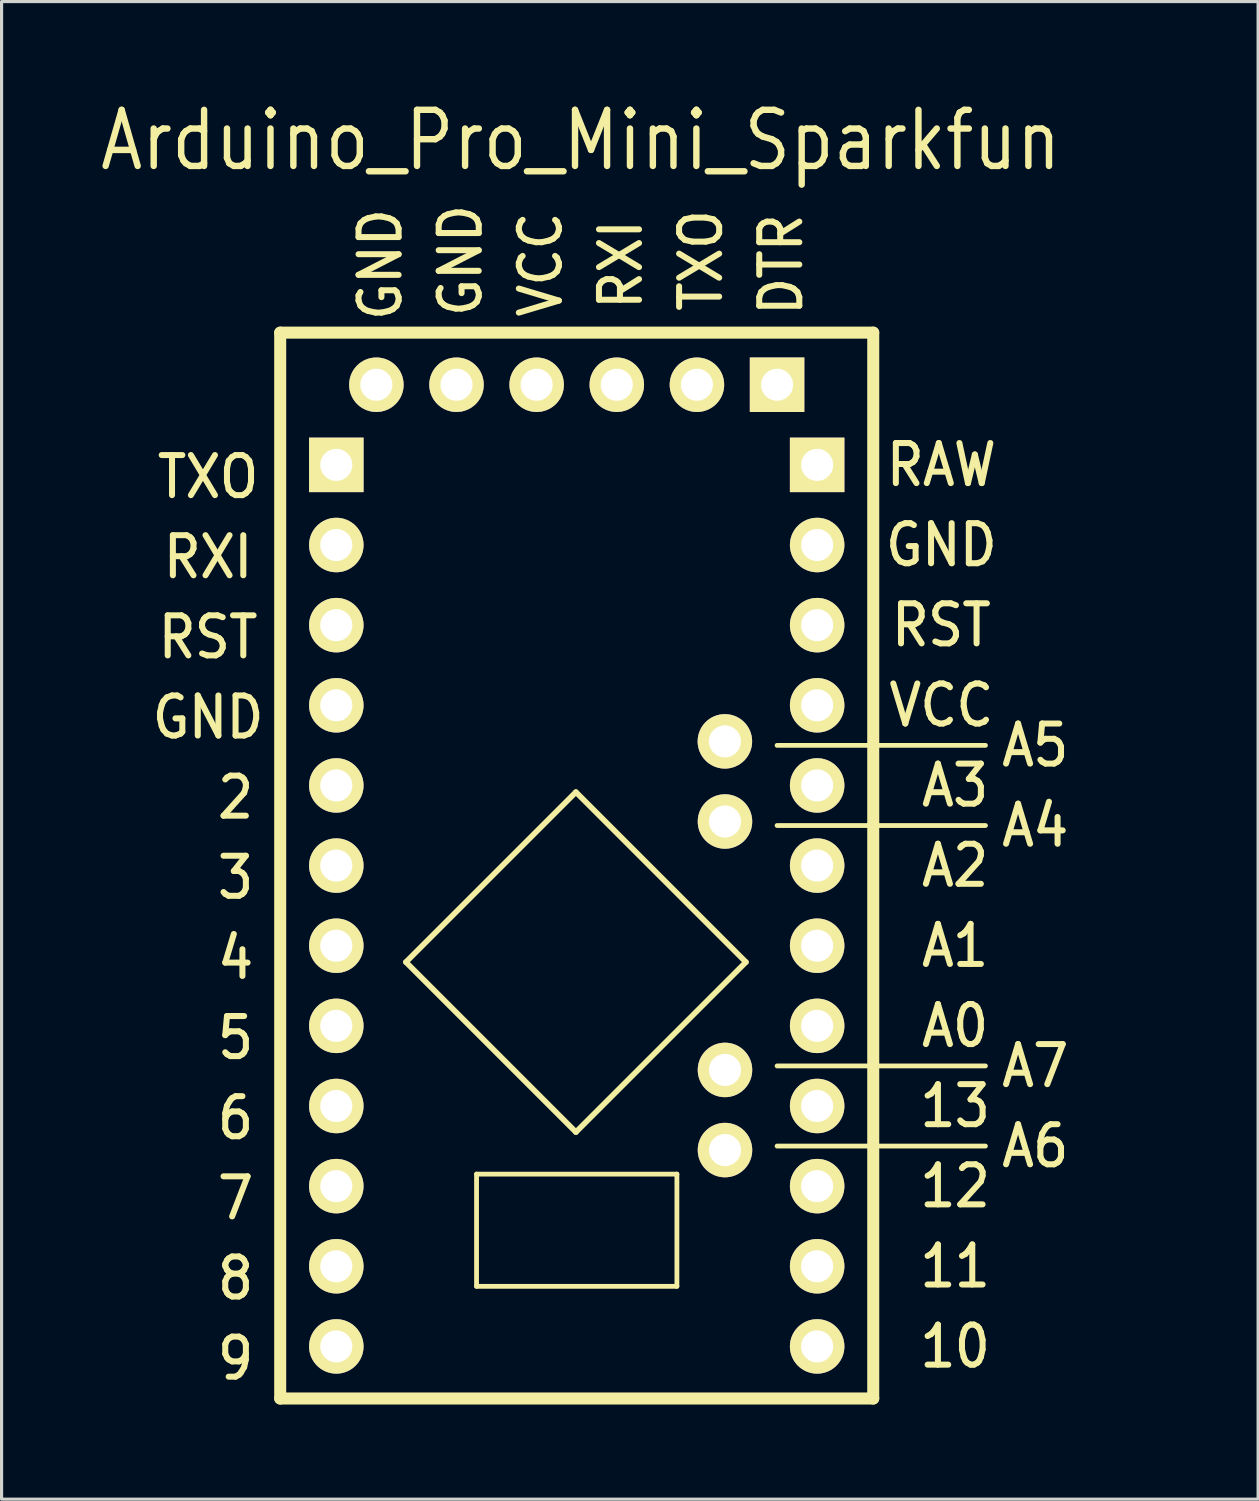
<source format=kicad_pcb>
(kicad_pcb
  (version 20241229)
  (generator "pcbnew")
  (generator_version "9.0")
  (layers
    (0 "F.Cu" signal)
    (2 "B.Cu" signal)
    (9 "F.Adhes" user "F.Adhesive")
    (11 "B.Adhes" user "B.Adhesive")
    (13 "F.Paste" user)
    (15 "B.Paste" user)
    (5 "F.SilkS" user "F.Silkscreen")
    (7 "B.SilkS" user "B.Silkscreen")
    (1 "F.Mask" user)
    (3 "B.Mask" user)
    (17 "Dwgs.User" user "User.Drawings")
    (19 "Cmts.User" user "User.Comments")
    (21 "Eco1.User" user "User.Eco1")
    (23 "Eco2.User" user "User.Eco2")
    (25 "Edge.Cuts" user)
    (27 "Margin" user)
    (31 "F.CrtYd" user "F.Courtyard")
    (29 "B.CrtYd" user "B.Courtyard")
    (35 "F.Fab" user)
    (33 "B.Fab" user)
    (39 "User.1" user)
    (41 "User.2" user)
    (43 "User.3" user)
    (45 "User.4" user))
  (footprint "Arduino_Pro_Mini_Sparkfun"
    (layer "F.Cu")
    (at 15.229 24.384)
    (property "Reference" "Arduino_Pro_Mini_Sparkfun" (at 0.127 -22.987 0) (layer "F.SilkS") (effects (font (size 1.778 1.524) (thickness 0.203))))
    (property "Value" "Arduino_Pro_Mini_Sparkfun" (at 0 -11.557 0) (layer "F.Fab") (hide yes) (effects (font (size 1.016 1.016) (thickness 0.102))))
    (attr through_hole)
    (fp_line (start -9.398 -16.891) (end 9.398 -16.891) (stroke (width 0.381) (type solid)) (layer "F.SilkS"))
    (fp_line (start -9.398 16.891) (end -9.398 -16.891) (stroke (width 0.381) (type solid)) (layer "F.SilkS"))
    (fp_line (start -5.414 3.059) (end -0.026 -2.329) (stroke (width 0.178) (type solid)) (layer "F.SilkS"))
    (fp_line (start -5.414 3.059) (end -0.026 8.447) (stroke (width 0.178) (type solid)) (layer "F.SilkS"))
    (fp_line (start -3.175 9.779) (end -3.175 13.335) (stroke (width 0.152) (type solid)) (layer "F.SilkS"))
    (fp_line (start -3.175 13.335) (end 3.175 13.335) (stroke (width 0.152) (type solid)) (layer "F.SilkS"))
    (fp_line (start -0.026 -2.329) (end 5.362 3.059) (stroke (width 0.178) (type solid)) (layer "F.SilkS"))
    (fp_line (start -0.026 8.447) (end 5.362 3.059) (stroke (width 0.178) (type solid)) (layer "F.SilkS"))
    (fp_line (start 3.175 9.779) (end -3.175 9.779) (stroke (width 0.152) (type solid)) (layer "F.SilkS"))
    (fp_line (start 3.175 9.779) (end 3.175 13.335) (stroke (width 0.152) (type solid)) (layer "F.SilkS"))
    (fp_line (start 6.35 -3.81) (end 12.954 -3.81) (stroke (width 0.152) (type solid)) (layer "F.SilkS"))
    (fp_line (start 6.35 -1.27) (end 12.954 -1.27) (stroke (width 0.152) (type solid)) (layer "F.SilkS"))
    (fp_line (start 6.35 6.35) (end 12.954 6.35) (stroke (width 0.152) (type solid)) (layer "F.SilkS"))
    (fp_line (start 6.35 8.89) (end 12.954 8.89) (stroke (width 0.152) (type solid)) (layer "F.SilkS"))
    (fp_line (start 9.398 -16.891) (end 9.398 16.891) (stroke (width 0.381) (type solid)) (layer "F.SilkS"))
    (fp_line (start 9.398 16.891) (end -9.398 16.891) (stroke (width 0.381) (type solid)) (layer "F.SilkS"))
    (fp_line (start -9.398 -16.891) (end 9.398 -16.891) (stroke (width 0.381) (type solid)) (layer "Eco1.User"))
    (fp_line (start -9.398 16.891) (end -9.398 -16.891) (stroke (width 0.381) (type solid)) (layer "Eco1.User"))
    (fp_line (start -8.357 -13.437) (end -8.357 -11.963) (stroke (width 0.254) (type solid)) (layer "Eco1.User"))
    (fp_line (start -8.357 -13.437) (end -6.883 -13.437) (stroke (width 0.254) (type solid)) (layer "Eco1.User"))
    (fp_line (start -8.357 -11.963) (end -6.883 -11.963) (stroke (width 0.254) (type solid)) (layer "Eco1.User"))
    (fp_line (start -6.883 -13.437) (end -6.883 -11.963) (stroke (width 0.254) (type solid)) (layer "Eco1.User"))
    (fp_line (start -5.414 3.059) (end -0.026 -2.329) (stroke (width 0.178) (type solid)) (layer "Eco1.User"))
    (fp_line (start -5.414 3.059) (end -0.026 8.447) (stroke (width 0.178) (type solid)) (layer "Eco1.User"))
    (fp_line (start -3.175 9.779) (end -3.175 13.335) (stroke (width 0.152) (type solid)) (layer "Eco1.User"))
    (fp_line (start -3.175 13.335) (end 3.175 13.335) (stroke (width 0.152) (type solid)) (layer "Eco1.User"))
    (fp_line (start -0.026 -2.329) (end 5.362 3.059) (stroke (width 0.178) (type solid)) (layer "Eco1.User"))
    (fp_line (start -0.026 8.447) (end 5.362 3.059) (stroke (width 0.178) (type solid)) (layer "Eco1.User"))
    (fp_line (start 3.175 9.779) (end -3.175 9.779) (stroke (width 0.152) (type solid)) (layer "Eco1.User"))
    (fp_line (start 3.175 9.779) (end 3.175 13.335) (stroke (width 0.152) (type solid)) (layer "Eco1.User"))
    (fp_line (start 5.613 -15.977) (end 5.613 -14.503) (stroke (width 0.254) (type solid)) (layer "Eco1.User"))
    (fp_line (start 5.613 -15.977) (end 7.087 -15.977) (stroke (width 0.254) (type solid)) (layer "Eco1.User"))
    (fp_line (start 5.613 -14.503) (end 7.087 -14.503) (stroke (width 0.254) (type solid)) (layer "Eco1.User"))
    (fp_line (start 6.35 -3.81) (end 12.954 -3.81) (stroke (width 0.152) (type solid)) (layer "Eco1.User"))
    (fp_line (start 6.35 -1.27) (end 12.954 -1.27) (stroke (width 0.152) (type solid)) (layer "Eco1.User"))
    (fp_line (start 6.35 6.35) (end 12.954 6.35) (stroke (width 0.152) (type solid)) (layer "Eco1.User"))
    (fp_line (start 6.35 8.89) (end 12.954 8.89) (stroke (width 0.152) (type solid)) (layer "Eco1.User"))
    (fp_line (start 6.883 -13.437) (end 6.883 -11.963) (stroke (width 0.254) (type solid)) (layer "Eco1.User"))
    (fp_line (start 6.883 -13.437) (end 8.357 -13.437) (stroke (width 0.254) (type solid)) (layer "Eco1.User"))
    (fp_line (start 6.883 -11.963) (end 8.357 -11.963) (stroke (width 0.254) (type solid)) (layer "Eco1.User"))
    (fp_line (start 7.087 -15.977) (end 7.087 -14.503) (stroke (width 0.254) (type solid)) (layer "Eco1.User"))
    (fp_line (start 8.357 -13.437) (end 8.357 -11.963) (stroke (width 0.254) (type solid)) (layer "Eco1.User"))
    (fp_line (start 9.398 -16.891) (end 9.398 16.891) (stroke (width 0.381) (type solid)) (layer "Eco1.User"))
    (fp_line (start 9.398 16.891) (end -9.398 16.891) (stroke (width 0.381) (type solid)) (layer "Eco1.User"))
    (fp_circle (center -7.62 -12.7) (end -6.934 -12.7) (stroke (width 0.356) (type solid)) (fill no) (layer "Eco1.User"))
    (fp_circle (center -7.62 -10.16) (end -6.934 -10.16) (stroke (width 0.356) (type solid)) (fill no) (layer "Eco1.User"))
    (fp_circle (center -7.62 -7.62) (end -6.934 -7.62) (stroke (width 0.356) (type solid)) (fill no) (layer "Eco1.User"))
    (fp_circle (center -7.62 -5.08) (end -6.934 -5.08) (stroke (width 0.356) (type solid)) (fill no) (layer "Eco1.User"))
    (fp_circle (center -7.62 -2.54) (end -6.934 -2.54) (stroke (width 0.356) (type solid)) (fill no) (layer "Eco1.User"))
    (fp_circle (center -7.62 0) (end -6.934 0) (stroke (width 0.356) (type solid)) (fill no) (layer "Eco1.User"))
    (fp_circle (center -7.62 2.54) (end -6.934 2.54) (stroke (width 0.356) (type solid)) (fill no) (layer "Eco1.User"))
    (fp_circle (center -7.62 5.08) (end -6.934 5.08) (stroke (width 0.356) (type solid)) (fill no) (layer "Eco1.User"))
    (fp_circle (center -7.62 7.62) (end -6.934 7.62) (stroke (width 0.356) (type solid)) (fill no) (layer "Eco1.User"))
    (fp_circle (center -7.62 10.16) (end -6.934 10.16) (stroke (width 0.356) (type solid)) (fill no) (layer "Eco1.User"))
    (fp_circle (center -7.62 12.7) (end -6.934 12.7) (stroke (width 0.356) (type solid)) (fill no) (layer "Eco1.User"))
    (fp_circle (center -7.62 15.24) (end -6.934 15.24) (stroke (width 0.356) (type solid)) (fill no) (layer "Eco1.User"))
    (fp_circle (center -6.35 -15.24) (end -5.664 -15.24) (stroke (width 0.356) (type solid)) (fill no) (layer "Eco1.User"))
    (fp_circle (center -3.81 -15.24) (end -3.124 -15.24) (stroke (width 0.356) (type solid)) (fill no) (layer "Eco1.User"))
    (fp_circle (center -1.27 -15.24) (end -0.584 -15.24) (stroke (width 0.356) (type solid)) (fill no) (layer "Eco1.User"))
    (fp_circle (center 1.27 -15.24) (end 1.956 -15.24) (stroke (width 0.356) (type solid)) (fill no) (layer "Eco1.User"))
    (fp_circle (center 3.81 -15.24) (end 4.496 -15.24) (stroke (width 0.356) (type solid)) (fill no) (layer "Eco1.User"))
    (fp_circle (center 4.699 -3.937) (end 5.385 -3.937) (stroke (width 0.356) (type solid)) (fill no) (layer "Eco1.User"))
    (fp_circle (center 4.699 -1.397) (end 5.385 -1.397) (stroke (width 0.356) (type solid)) (fill no) (layer "Eco1.User"))
    (fp_circle (center 4.699 6.477) (end 5.385 6.477) (stroke (width 0.356) (type solid)) (fill no) (layer "Eco1.User"))
    (fp_circle (center 4.699 9.017) (end 5.385 9.017) (stroke (width 0.356) (type solid)) (fill no) (layer "Eco1.User"))
    (fp_circle (center 6.35 -15.24) (end 7.036 -15.24) (stroke (width 0.356) (type solid)) (fill no) (layer "Eco1.User"))
    (fp_circle (center 7.62 -12.7) (end 8.306 -12.7) (stroke (width 0.356) (type solid)) (fill no) (layer "Eco1.User"))
    (fp_circle (center 7.62 -10.16) (end 8.306 -10.16) (stroke (width 0.356) (type solid)) (fill no) (layer "Eco1.User"))
    (fp_circle (center 7.62 -7.62) (end 8.306 -7.62) (stroke (width 0.356) (type solid)) (fill no) (layer "Eco1.User"))
    (fp_circle (center 7.62 -5.08) (end 8.306 -5.08) (stroke (width 0.356) (type solid)) (fill no) (layer "Eco1.User"))
    (fp_circle (center 7.62 -2.54) (end 8.306 -2.54) (stroke (width 0.356) (type solid)) (fill no) (layer "Eco1.User"))
    (fp_circle (center 7.62 0) (end 8.306 0) (stroke (width 0.356) (type solid)) (fill no) (layer "Eco1.User"))
    (fp_circle (center 7.62 2.54) (end 8.306 2.54) (stroke (width 0.356) (type solid)) (fill no) (layer "Eco1.User"))
    (fp_circle (center 7.62 5.08) (end 8.306 5.08) (stroke (width 0.356) (type solid)) (fill no) (layer "Eco1.User"))
    (fp_circle (center 7.62 7.62) (end 8.306 7.62) (stroke (width 0.356) (type solid)) (fill no) (layer "Eco1.User"))
    (fp_circle (center 7.62 10.16) (end 8.306 10.16) (stroke (width 0.356) (type solid)) (fill no) (layer "Eco1.User"))
    (fp_circle (center 7.62 12.7) (end 8.306 12.7) (stroke (width 0.356) (type solid)) (fill no) (layer "Eco1.User"))
    (fp_circle (center 7.62 15.24) (end 8.306 15.24) (stroke (width 0.356) (type solid)) (fill no) (layer "Eco1.User"))
    (fp_text user " A5" (at 14.097 -3.81 0) (layer "F.SilkS") (effects (font (size 1.27 1.143) (thickness 0.191))))
    (fp_text user "VCC" (at -1.143 -19.05 90) (layer "F.SilkS") (effects (font (size 1.27 1.143) (thickness 0.191))))
    (fp_text user " A7" (at 14.097 6.35 0) (layer "F.SilkS") (effects (font (size 1.27 1.143) (thickness 0.191))))
    (fp_text user "  2" (at -11.684 -2.159 0) (layer "F.SilkS") (effects (font (size 1.27 1.143) (thickness 0.191))))
    (fp_text user " A6" (at 14.097 8.89 0) (layer "F.SilkS") (effects (font (size 1.27 1.143) (thickness 0.191))))
    (fp_text user "RST" (at 11.557 -7.62 0) (layer "F.SilkS") (effects (font (size 1.27 1.143) (thickness 0.191))))
    (fp_text user "GND" (at -3.683 -19.177 90) (layer "F.SilkS") (effects (font (size 1.27 1.143) (thickness 0.191))))
    (fp_text user " 11" (at 11.557 12.7 0) (layer "F.SilkS") (effects (font (size 1.27 1.143) (thickness 0.191))))
    (fp_text user "RXI" (at -11.684 -9.779 0) (layer "F.SilkS") (effects (font (size 1.27 1.143) (thickness 0.191))))
    (fp_text user "VCC" (at 11.557 -5.08 0) (layer "F.SilkS") (effects (font (size 1.27 1.143) (thickness 0.191))))
    (fp_text user "  9" (at -11.684 15.621 0) (layer "F.SilkS") (effects (font (size 1.27 1.143) (thickness 0.191))))
    (fp_text user "GND" (at -6.223 -19.05 90) (layer "F.SilkS") (effects (font (size 1.27 1.143) (thickness 0.191))))
    (fp_text user "  8" (at -11.684 13.081 0) (layer "F.SilkS") (effects (font (size 1.27 1.143) (thickness 0.191))))
    (fp_text user " A1" (at 11.557 2.54 0) (layer "F.SilkS") (effects (font (size 1.27 1.143) (thickness 0.191))))
    (fp_text user "DTR" (at 6.477 -19.05 90) (layer "F.SilkS") (effects (font (size 1.27 1.143) (thickness 0.191))))
    (fp_text user " 10" (at 11.557 15.24 0) (layer "F.SilkS") (effects (font (size 1.27 1.143) (thickness 0.191))))
    (fp_text user "RST" (at -11.684 -7.239 0) (layer "F.SilkS") (effects (font (size 1.27 1.143) (thickness 0.191))))
    (fp_text user " A4" (at 14.097 -1.27 0) (layer "F.SilkS") (effects (font (size 1.27 1.143) (thickness 0.191))))
    (fp_text user "TXO" (at 3.937 -19.177 90) (layer "F.SilkS") (effects (font (size 1.27 1.143) (thickness 0.191))))
    (fp_text user "RXI" (at 1.397 -19.05 90) (layer "F.SilkS") (effects (font (size 1.27 1.143) (thickness 0.191))))
    (fp_text user "  4" (at -11.684 2.921 0) (layer "F.SilkS") (effects (font (size 1.27 1.143) (thickness 0.191))))
    (fp_text user " A2" (at 11.557 0 0) (layer "F.SilkS") (effects (font (size 1.27 1.143) (thickness 0.191))))
    (fp_text user "RAW" (at 11.557 -12.7 0) (layer "F.SilkS") (effects (font (size 1.27 1.143) (thickness 0.191))))
    (fp_text user " A3" (at 11.557 -2.54 0) (layer "F.SilkS") (effects (font (size 1.27 1.143) (thickness 0.191))))
    (fp_text user "GND" (at -11.684 -4.699 0) (layer "F.SilkS") (effects (font (size 1.27 1.143) (thickness 0.191))))
    (fp_text user "TXO" (at -11.684 -12.319 0) (layer "F.SilkS") (effects (font (size 1.27 1.143) (thickness 0.191))))
    (fp_text user " 13" (at 11.557 7.62 0) (layer "F.SilkS") (effects (font (size 1.27 1.143) (thickness 0.191))))
    (fp_text user "  3" (at -11.684 0.381 0) (layer "F.SilkS") (effects (font (size 1.27 1.143) (thickness 0.191))))
    (fp_text user "  5" (at -11.684 5.461 0) (layer "F.SilkS") (effects (font (size 1.27 1.143) (thickness 0.191))))
    (fp_text user " 12" (at 11.557 10.16 0) (layer "F.SilkS") (effects (font (size 1.27 1.143) (thickness 0.191))))
    (fp_text user "GND" (at 11.557 -10.16 0) (layer "F.SilkS") (effects (font (size 1.27 1.143) (thickness 0.191))))
    (fp_text user "  6" (at -11.684 8.001 0) (layer "F.SilkS") (effects (font (size 1.27 1.143) (thickness 0.191))))
    (fp_text user "  7" (at -11.684 10.541 0) (layer "F.SilkS") (effects (font (size 1.27 1.143) (thickness 0.191))))
    (fp_text user " A0" (at 11.557 5.08 0) (layer "F.SilkS") (effects (font (size 1.27 1.143) (thickness 0.191))))
    (fp_text user "  5" (at -11.684 5.461 0) (layer "Eco1.User") (effects (font (size 1.27 1.143) (thickness 0.191))))
    (fp_text user " A1" (at 11.557 2.54 0) (layer "Eco1.User") (effects (font (size 1.27 1.143) (thickness 0.191))))
    (fp_text user "TXO" (at 3.937 -19.177 90) (layer "Eco1.User") (effects (font (size 1.27 1.143) (thickness 0.191))))
    (fp_text user " 10" (at 11.557 15.24 0) (layer "Eco1.User") (effects (font (size 1.27 1.143) (thickness 0.191))))
    (fp_text user "  9" (at -11.684 15.621 0) (layer "Eco1.User") (effects (font (size 1.27 1.143) (thickness 0.191))))
    (fp_text user "GND" (at 11.557 -10.16 0) (layer "Eco1.User") (effects (font (size 1.27 1.143) (thickness 0.191))))
    (fp_text user "VCC" (at -1.143 -19.05 90) (layer "Eco1.User") (effects (font (size 1.27 1.143) (thickness 0.191))))
    (fp_text user "VCC" (at 11.557 -5.08 0) (layer "Eco1.User") (effects (font (size 1.27 1.143) (thickness 0.191))))
    (fp_text user "RXI" (at 1.397 -19.05 90) (layer "Eco1.User") (effects (font (size 1.27 1.143) (thickness 0.191))))
    (fp_text user " A0" (at 11.557 5.08 0) (layer "Eco1.User") (effects (font (size 1.27 1.143) (thickness 0.191))))
    (fp_text user " A2" (at 11.557 0 0) (layer "Eco1.User") (effects (font (size 1.27 1.143) (thickness 0.191))))
    (fp_text user " A4" (at 14.097 -1.27 0) (layer "Eco1.User") (effects (font (size 1.27 1.143) (thickness 0.191))))
    (fp_text user "  4" (at -11.684 2.921 0) (layer "Eco1.User") (effects (font (size 1.27 1.143) (thickness 0.191))))
    (fp_text user "  6" (at -11.684 8.001 0) (layer "Eco1.User") (effects (font (size 1.27 1.143) (thickness 0.191))))
    (fp_text user "TXO" (at -11.684 -12.319 0) (layer "Eco1.User") (effects (font (size 1.27 1.143) (thickness 0.191))))
    (fp_text user " A7" (at 14.097 6.35 0) (layer "Eco1.User") (effects (font (size 1.27 1.143) (thickness 0.191))))
    (fp_text user " 13" (at 11.557 7.62 0) (layer "Eco1.User") (effects (font (size 1.27 1.143) (thickness 0.191))))
    (fp_text user "  7" (at -11.684 10.541 0) (layer "Eco1.User") (effects (font (size 1.27 1.143) (thickness 0.191))))
    (fp_text user " 11" (at 11.557 12.7 0) (layer "Eco1.User") (effects (font (size 1.27 1.143) (thickness 0.191))))
    (fp_text user "RST" (at -11.684 -7.239 0) (layer "Eco1.User") (effects (font (size 1.27 1.143) (thickness 0.191))))
    (fp_text user "DTR" (at 6.477 -19.05 90) (layer "Eco1.User") (effects (font (size 1.27 1.143) (thickness 0.191))))
    (fp_text user "  8" (at -11.684 13.081 0) (layer "Eco1.User") (effects (font (size 1.27 1.143) (thickness 0.191))))
    (fp_text user "${REFERENCE}" (at -0.203 -22.631 0) (layer "Eco1.User") (effects (font (size 1.524 1.27) (thickness 0.203))))
    (fp_text user " 12" (at 11.557 10.16 0) (layer "Eco1.User") (effects (font (size 1.27 1.143) (thickness 0.191))))
    (fp_text user "GND" (at -6.223 -19.05 90) (layer "Eco1.User") (effects (font (size 1.27 1.143) (thickness 0.191))))
    (fp_text user "RAW" (at 11.557 -12.7 0) (layer "Eco1.User") (effects (font (size 1.27 1.143) (thickness 0.191))))
    (fp_text user "GND" (at -11.684 -4.699 0) (layer "Eco1.User") (effects (font (size 1.27 1.143) (thickness 0.191))))
    (fp_text user "GND" (at -3.683 -19.177 90) (layer "Eco1.User") (effects (font (size 1.27 1.143) (thickness 0.191))))
    (fp_text user " A6" (at 14.097 8.89 0) (layer "Eco1.User") (effects (font (size 1.27 1.143) (thickness 0.191))))
    (fp_text user "RST" (at 11.557 -7.62 0) (layer "Eco1.User") (effects (font (size 1.27 1.143) (thickness 0.191))))
    (fp_text user "${VALUE}" (at 17.348 2.896 90) (layer "Eco1.User") (effects (font (size 1.524 1.27) (thickness 0.203))))
    (fp_text user " A3" (at 11.557 -2.54 0) (layer "Eco1.User") (effects (font (size 1.27 1.143) (thickness 0.191))))
    (fp_text user "  2" (at -11.684 -2.159 0) (layer "Eco1.User") (effects (font (size 1.27 1.143) (thickness 0.191))))
    (fp_text user " A5" (at 14.097 -3.81 0) (layer "Eco1.User") (effects (font (size 1.27 1.143) (thickness 0.191))))
    (fp_text user "  3" (at -11.684 0.381 0) (layer "Eco1.User") (effects (font (size 1.27 1.143) (thickness 0.191))))
    (fp_text user "RXI" (at -11.684 -9.779 0) (layer "Eco1.User") (effects (font (size 1.27 1.143) (thickness 0.191))))
    (pad "1A" thru_hole rect (at 7.62 -12.7) (size 1.727 1.727) (drill 1.016) (layers "*.Cu" "*.Mask" "F.SilkS"))
    (pad "1C" thru_hole rect (at 6.35 -15.24) (size 1.727 1.727) (drill 1.016) (layers "*.Cu" "*.Mask" "F.SilkS"))
    (pad "1D" thru_hole rect (at -7.62 -12.7) (size 1.727 1.727) (drill 1.016) (layers "*.Cu" "*.Mask" "F.SilkS"))
    (pad "2A" thru_hole circle (at 7.62 -10.16) (size 1.727 1.727) (drill 1.016) (layers "*.Cu" "*.Mask" "F.SilkS"))
    (pad "2B" thru_hole circle (at 4.699 9.017) (size 1.727 1.727) (drill 1.016) (layers "*.Cu" "*.Mask" "F.SilkS"))
    (pad "2C" thru_hole circle (at 3.81 -15.24) (size 1.727 1.727) (drill 1.016) (layers "*.Cu" "*.Mask" "F.SilkS"))
    (pad "2D" thru_hole circle (at -7.62 -10.16) (size 1.727 1.727) (drill 1.016) (layers "*.Cu" "*.Mask" "F.SilkS"))
    (pad "3A" thru_hole circle (at 7.62 -7.62) (size 1.727 1.727) (drill 1.016) (layers "*.Cu" "*.Mask" "F.SilkS"))
    (pad "3B" thru_hole circle (at 4.699 6.477) (size 1.727 1.727) (drill 1.016) (layers "*.Cu" "*.Mask" "F.SilkS"))
    (pad "3C" thru_hole circle (at 1.27 -15.24) (size 1.727 1.727) (drill 1.016) (layers "*.Cu" "*.Mask" "F.SilkS"))
    (pad "3D" thru_hole circle (at -7.62 -7.62) (size 1.727 1.727) (drill 1.016) (layers "*.Cu" "*.Mask" "F.SilkS"))
    (pad "4A" thru_hole circle (at 7.62 -5.08) (size 1.727 1.727) (drill 1.016) (layers "*.Cu" "*.Mask" "F.SilkS"))
    (pad "4B" thru_hole circle (at 4.699 -1.397) (size 1.727 1.727) (drill 1.016) (layers "*.Cu" "*.Mask" "F.SilkS"))
    (pad "4C" thru_hole circle (at -1.27 -15.24) (size 1.727 1.727) (drill 1.016) (layers "*.Cu" "*.Mask" "F.SilkS"))
    (pad "4D" thru_hole circle (at -7.62 -5.08) (size 1.727 1.727) (drill 1.016) (layers "*.Cu" "*.Mask" "F.SilkS"))
    (pad "5A" thru_hole circle (at 7.62 -2.54) (size 1.727 1.727) (drill 1.016) (layers "*.Cu" "*.Mask" "F.SilkS"))
    (pad "5B" thru_hole circle (at 4.696 -3.937) (size 1.727 1.727) (drill 1.016) (layers "*.Cu" "*.Mask" "F.SilkS"))
    (pad "5C" thru_hole circle (at -3.81 -15.24) (size 1.727 1.727) (drill 1.016) (layers "*.Cu" "*.Mask" "F.SilkS"))
    (pad "5D" thru_hole circle (at -7.62 -2.54) (size 1.727 1.727) (drill 1.016) (layers "*.Cu" "*.Mask" "F.SilkS"))
    (pad "6A" thru_hole circle (at 7.62 0) (size 1.727 1.727) (drill 1.016) (layers "*.Cu" "*.Mask" "F.SilkS"))
    (pad "6C" thru_hole circle (at -6.35 -15.24) (size 1.727 1.727) (drill 1.016) (layers "*.Cu" "*.Mask" "F.SilkS"))
    (pad "6D" thru_hole circle (at -7.62 0) (size 1.727 1.727) (drill 1.016) (layers "*.Cu" "*.Mask" "F.SilkS"))
    (pad "7A" thru_hole circle (at 7.62 2.54) (size 1.727 1.727) (drill 1.016) (layers "*.Cu" "*.Mask" "F.SilkS"))
    (pad "7D" thru_hole circle (at -7.62 2.54) (size 1.727 1.727) (drill 1.016) (layers "*.Cu" "*.Mask" "F.SilkS"))
    (pad "8A" thru_hole circle (at 7.62 5.08) (size 1.727 1.727) (drill 1.016) (layers "*.Cu" "*.Mask" "F.SilkS"))
    (pad "8D" thru_hole circle (at -7.62 5.08) (size 1.727 1.727) (drill 1.016) (layers "*.Cu" "*.Mask" "F.SilkS"))
    (pad "9A" thru_hole circle (at 7.62 7.62) (size 1.727 1.727) (drill 1.016) (layers "*.Cu" "*.Mask" "F.SilkS"))
    (pad "9D" thru_hole circle (at -7.62 7.62) (size 1.727 1.727) (drill 1.016) (layers "*.Cu" "*.Mask" "F.SilkS"))
    (pad "10A" thru_hole circle (at 7.62 10.16) (size 1.727 1.727) (drill 1.016) (layers "*.Cu" "*.Mask" "F.SilkS"))
    (pad "10D" thru_hole circle (at -7.62 10.16) (size 1.727 1.727) (drill 1.016) (layers "*.Cu" "*.Mask" "F.SilkS"))
    (pad "11A" thru_hole circle (at 7.62 12.7) (size 1.727 1.727) (drill 1.016) (layers "*.Cu" "*.Mask" "F.SilkS"))
    (pad "11D" thru_hole circle (at -7.62 12.7) (size 1.727 1.727) (drill 1.016) (layers "*.Cu" "*.Mask" "F.SilkS"))
    (pad "12A" thru_hole circle (at 7.62 15.24) (size 1.727 1.727) (drill 1.016) (layers "*.Cu" "*.Mask" "F.SilkS"))
    (pad "12D" thru_hole circle (at -7.62 15.24) (size 1.727 1.727) (drill 1.016) (layers "*.Cu" "*.Mask" "F.SilkS")))
  (gr_rect
    (start -3 -3)
    (end 36.825 44.465)
    (stroke (width 0.1) (type default))
    (fill no)
    (layer "Edge.Cuts")))
</source>
